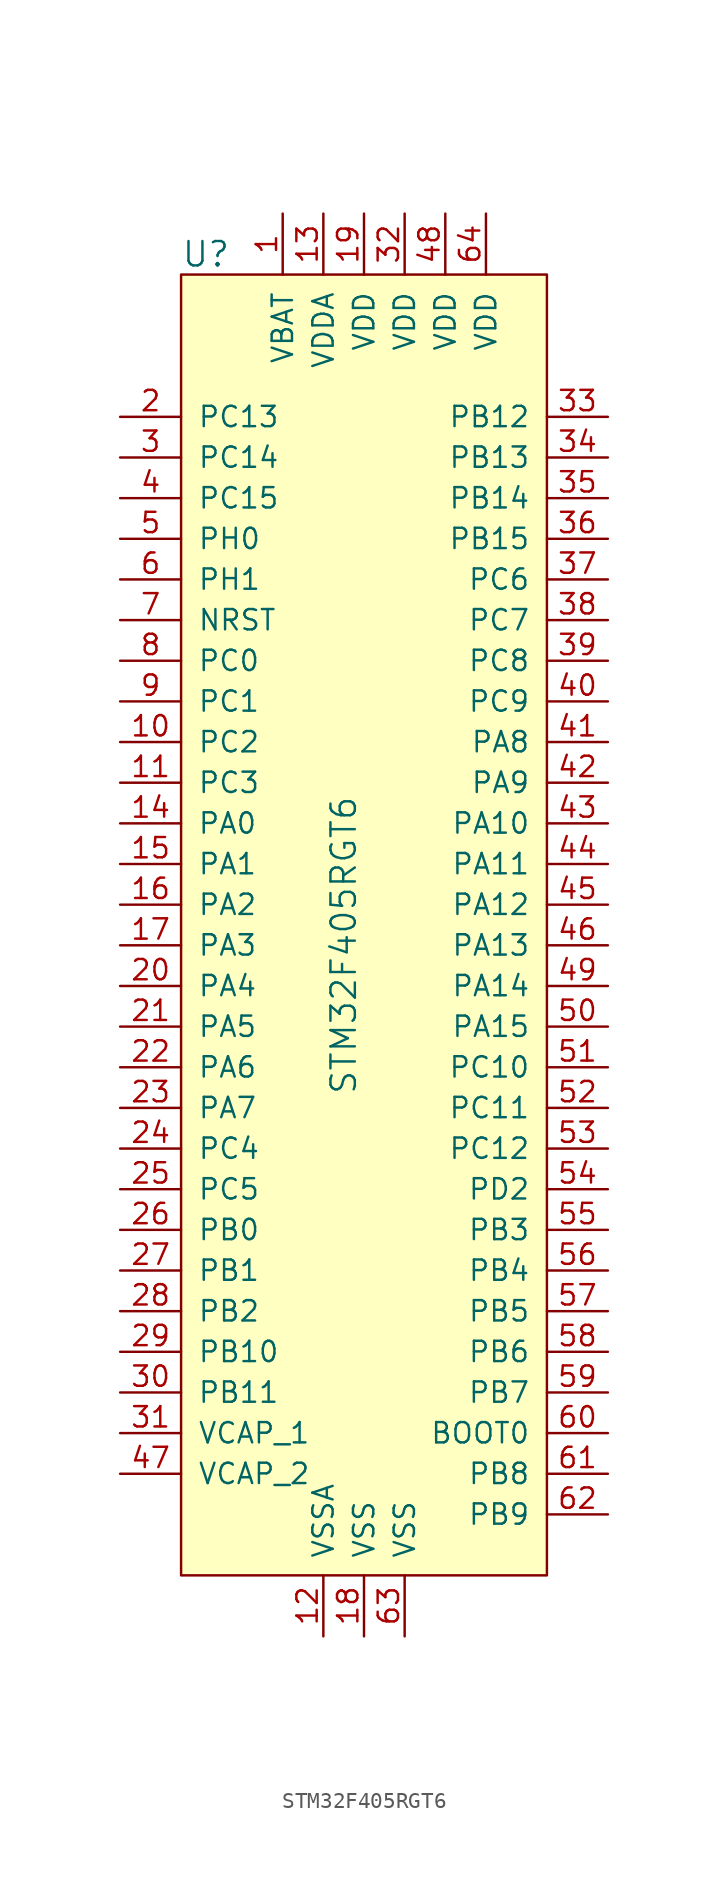
<source format=kicad_sym>
(kicad_symbol_lib
  (version 20201005)
  (generator kicad_symbol_editor)
  (symbol "STM32F405RGT6"
    (pin_names
      (offset 1.016))
    (property "Reference" "U"
      (at -11.43 45.72 0)
      (effects (font (size 1.524 1.524)) (justify left)))
    (property "Value" "STM32F405RGT6"
      (at -1.27 2.54 90)
      (effects (font (size 1.524 1.524))))
    (symbol "STM32F405RGT6_0_1"
      (rectangle (start -11.43 44.45) (end 11.43 -36.83) (stroke (width 0)) (fill (type background))))
    (symbol "STM32F405RGT6_1_1"
      (pin power_in line (at -5.08 48.26 270) (length 3.81) (name "VBAT" (effects (font (size 1.27 1.27)))) (number "1" (effects (font (size 1.27 1.27)))))
      (pin bidirectional line (at -15.24 35.56 0) (length 3.81) (name "PC13" (effects (font (size 1.27 1.27)))) (number "2" (effects (font (size 1.27 1.27)))))
      (pin bidirectional line (at -15.24 33.02 0) (length 3.81) (name "PC14" (effects (font (size 1.27 1.27)))) (number "3" (effects (font (size 1.27 1.27)))))
      (pin bidirectional line (at -15.24 30.48 0) (length 3.81) (name "PC15" (effects (font (size 1.27 1.27)))) (number "4" (effects (font (size 1.27 1.27)))))
      (pin bidirectional line (at -15.24 27.94 0) (length 3.81) (name "PH0" (effects (font (size 1.27 1.27)))) (number "5" (effects (font (size 1.27 1.27)))))
      (pin bidirectional line (at -15.24 25.4 0) (length 3.81) (name "PH1" (effects (font (size 1.27 1.27)))) (number "6" (effects (font (size 1.27 1.27)))))
      (pin bidirectional line (at -15.24 22.86 0) (length 3.81) (name "NRST" (effects (font (size 1.27 1.27)))) (number "7" (effects (font (size 1.27 1.27)))))
      (pin bidirectional line (at -15.24 20.32 0) (length 3.81) (name "PC0" (effects (font (size 1.27 1.27)))) (number "8" (effects (font (size 1.27 1.27)))))
      (pin bidirectional line (at -15.24 17.78 0) (length 3.81) (name "PC1" (effects (font (size 1.27 1.27)))) (number "9" (effects (font (size 1.27 1.27)))))
      (pin bidirectional line (at -15.24 15.24 0) (length 3.81) (name "PC2" (effects (font (size 1.27 1.27)))) (number "10" (effects (font (size 1.27 1.27)))))
      (pin bidirectional line (at -15.24 0 0) (length 3.81) (name "PA4" (effects (font (size 1.27 1.27)))) (number "20" (effects (font (size 1.27 1.27)))))
      (pin bidirectional line (at -15.24 -25.4 0) (length 3.81) (name "PB11" (effects (font (size 1.27 1.27)))) (number "30" (effects (font (size 1.27 1.27)))))
      (pin bidirectional line (at 15.24 17.78 180) (length 3.81) (name "PC9" (effects (font (size 1.27 1.27)))) (number "40" (effects (font (size 1.27 1.27)))))
      (pin bidirectional line (at 15.24 -2.54 180) (length 3.81) (name "PA15" (effects (font (size 1.27 1.27)))) (number "50" (effects (font (size 1.27 1.27)))))
      (pin bidirectional line (at 15.24 -27.94 180) (length 3.81) (name "BOOT0" (effects (font (size 1.27 1.27)))) (number "60" (effects (font (size 1.27 1.27)))))
      (pin bidirectional line (at -15.24 12.7 0) (length 3.81) (name "PC3" (effects (font (size 1.27 1.27)))) (number "11" (effects (font (size 1.27 1.27)))))
      (pin bidirectional line (at -15.24 -2.54 0) (length 3.81) (name "PA5" (effects (font (size 1.27 1.27)))) (number "21" (effects (font (size 1.27 1.27)))))
      (pin passive line (at -15.24 -27.94 0) (length 3.81) (name "VCAP_1" (effects (font (size 1.27 1.27)))) (number "31" (effects (font (size 1.27 1.27)))))
      (pin bidirectional line (at 15.24 15.24 180) (length 3.81) (name "PA8" (effects (font (size 1.27 1.27)))) (number "41" (effects (font (size 1.27 1.27)))))
      (pin bidirectional line (at 15.24 -5.08 180) (length 3.81) (name "PC10" (effects (font (size 1.27 1.27)))) (number "51" (effects (font (size 1.27 1.27)))))
      (pin bidirectional line (at 15.24 -30.48 180) (length 3.81) (name "PB8" (effects (font (size 1.27 1.27)))) (number "61" (effects (font (size 1.27 1.27)))))
      (pin power_in line (at -2.54 -40.64 90) (length 3.81) (name "VSSA" (effects (font (size 1.27 1.27)))) (number "12" (effects (font (size 1.27 1.27)))))
      (pin bidirectional line (at -15.24 -5.08 0) (length 3.81) (name "PA6" (effects (font (size 1.27 1.27)))) (number "22" (effects (font (size 1.27 1.27)))))
      (pin power_in line (at 2.54 48.26 270) (length 3.81) (name "VDD" (effects (font (size 1.27 1.27)))) (number "32" (effects (font (size 1.27 1.27)))))
      (pin bidirectional line (at 15.24 12.7 180) (length 3.81) (name "PA9" (effects (font (size 1.27 1.27)))) (number "42" (effects (font (size 1.27 1.27)))))
      (pin bidirectional line (at 15.24 -7.62 180) (length 3.81) (name "PC11" (effects (font (size 1.27 1.27)))) (number "52" (effects (font (size 1.27 1.27)))))
      (pin bidirectional line (at 15.24 -33.02 180) (length 3.81) (name "PB9" (effects (font (size 1.27 1.27)))) (number "62" (effects (font (size 1.27 1.27)))))
      (pin power_in line (at -2.54 48.26 270) (length 3.81) (name "VDDA" (effects (font (size 1.27 1.27)))) (number "13" (effects (font (size 1.27 1.27)))))
      (pin bidirectional line (at -15.24 -7.62 0) (length 3.81) (name "PA7" (effects (font (size 1.27 1.27)))) (number "23" (effects (font (size 1.27 1.27)))))
      (pin bidirectional line (at 15.24 35.56 180) (length 3.81) (name "PB12" (effects (font (size 1.27 1.27)))) (number "33" (effects (font (size 1.27 1.27)))))
      (pin bidirectional line (at 15.24 10.16 180) (length 3.81) (name "PA10" (effects (font (size 1.27 1.27)))) (number "43" (effects (font (size 1.27 1.27)))))
      (pin bidirectional line (at 15.24 -10.16 180) (length 3.81) (name "PC12" (effects (font (size 1.27 1.27)))) (number "53" (effects (font (size 1.27 1.27)))))
      (pin power_in line (at 2.54 -40.64 90) (length 3.81) (name "VSS" (effects (font (size 1.27 1.27)))) (number "63" (effects (font (size 1.27 1.27)))))
      (pin bidirectional line (at -15.24 10.16 0) (length 3.81) (name "PA0" (effects (font (size 1.27 1.27)))) (number "14" (effects (font (size 1.27 1.27)))))
      (pin bidirectional line (at -15.24 -10.16 0) (length 3.81) (name "PC4" (effects (font (size 1.27 1.27)))) (number "24" (effects (font (size 1.27 1.27)))))
      (pin bidirectional line (at 15.24 33.02 180) (length 3.81) (name "PB13" (effects (font (size 1.27 1.27)))) (number "34" (effects (font (size 1.27 1.27)))))
      (pin bidirectional line (at 15.24 7.62 180) (length 3.81) (name "PA11" (effects (font (size 1.27 1.27)))) (number "44" (effects (font (size 1.27 1.27)))))
      (pin bidirectional line (at 15.24 -12.7 180) (length 3.81) (name "PD2" (effects (font (size 1.27 1.27)))) (number "54" (effects (font (size 1.27 1.27)))))
      (pin power_in line (at 7.62 48.26 270) (length 3.81) (name "VDD" (effects (font (size 1.27 1.27)))) (number "64" (effects (font (size 1.27 1.27)))))
      (pin bidirectional line (at -15.24 7.62 0) (length 3.81) (name "PA1" (effects (font (size 1.27 1.27)))) (number "15" (effects (font (size 1.27 1.27)))))
      (pin bidirectional line (at -15.24 -12.7 0) (length 3.81) (name "PC5" (effects (font (size 1.27 1.27)))) (number "25" (effects (font (size 1.27 1.27)))))
      (pin bidirectional line (at 15.24 30.48 180) (length 3.81) (name "PB14" (effects (font (size 1.27 1.27)))) (number "35" (effects (font (size 1.27 1.27)))))
      (pin bidirectional line (at 15.24 5.08 180) (length 3.81) (name "PA12" (effects (font (size 1.27 1.27)))) (number "45" (effects (font (size 1.27 1.27)))))
      (pin bidirectional line (at 15.24 -15.24 180) (length 3.81) (name "PB3" (effects (font (size 1.27 1.27)))) (number "55" (effects (font (size 1.27 1.27)))))
      (pin bidirectional line (at -15.24 5.08 0) (length 3.81) (name "PA2" (effects (font (size 1.27 1.27)))) (number "16" (effects (font (size 1.27 1.27)))))
      (pin bidirectional line (at -15.24 -15.24 0) (length 3.81) (name "PB0" (effects (font (size 1.27 1.27)))) (number "26" (effects (font (size 1.27 1.27)))))
      (pin bidirectional line (at 15.24 27.94 180) (length 3.81) (name "PB15" (effects (font (size 1.27 1.27)))) (number "36" (effects (font (size 1.27 1.27)))))
      (pin bidirectional line (at 15.24 2.54 180) (length 3.81) (name "PA13" (effects (font (size 1.27 1.27)))) (number "46" (effects (font (size 1.27 1.27)))))
      (pin bidirectional line (at 15.24 -17.78 180) (length 3.81) (name "PB4" (effects (font (size 1.27 1.27)))) (number "56" (effects (font (size 1.27 1.27)))))
      (pin bidirectional line (at -15.24 2.54 0) (length 3.81) (name "PA3" (effects (font (size 1.27 1.27)))) (number "17" (effects (font (size 1.27 1.27)))))
      (pin bidirectional line (at -15.24 -17.78 0) (length 3.81) (name "PB1" (effects (font (size 1.27 1.27)))) (number "27" (effects (font (size 1.27 1.27)))))
      (pin bidirectional line (at 15.24 25.4 180) (length 3.81) (name "PC6" (effects (font (size 1.27 1.27)))) (number "37" (effects (font (size 1.27 1.27)))))
      (pin passive line (at -15.24 -30.48 0) (length 3.81) (name "VCAP_2" (effects (font (size 1.27 1.27)))) (number "47" (effects (font (size 1.27 1.27)))))
      (pin bidirectional line (at 15.24 -20.32 180) (length 3.81) (name "PB5" (effects (font (size 1.27 1.27)))) (number "57" (effects (font (size 1.27 1.27)))))
      (pin power_in line (at 0 -40.64 90) (length 3.81) (name "VSS" (effects (font (size 1.27 1.27)))) (number "18" (effects (font (size 1.27 1.27)))))
      (pin bidirectional line (at -15.24 -20.32 0) (length 3.81) (name "PB2" (effects (font (size 1.27 1.27)))) (number "28" (effects (font (size 1.27 1.27)))))
      (pin bidirectional line (at 15.24 22.86 180) (length 3.81) (name "PC7" (effects (font (size 1.27 1.27)))) (number "38" (effects (font (size 1.27 1.27)))))
      (pin power_in line (at 5.08 48.26 270) (length 3.81) (name "VDD" (effects (font (size 1.27 1.27)))) (number "48" (effects (font (size 1.27 1.27)))))
      (pin bidirectional line (at 15.24 -22.86 180) (length 3.81) (name "PB6" (effects (font (size 1.27 1.27)))) (number "58" (effects (font (size 1.27 1.27)))))
      (pin power_in line (at 0 48.26 270) (length 3.81) (name "VDD" (effects (font (size 1.27 1.27)))) (number "19" (effects (font (size 1.27 1.27)))))
      (pin bidirectional line (at -15.24 -22.86 0) (length 3.81) (name "PB10" (effects (font (size 1.27 1.27)))) (number "29" (effects (font (size 1.27 1.27)))))
      (pin bidirectional line (at 15.24 20.32 180) (length 3.81) (name "PC8" (effects (font (size 1.27 1.27)))) (number "39" (effects (font (size 1.27 1.27)))))
      (pin bidirectional line (at 15.24 0 180) (length 3.81) (name "PA14" (effects (font (size 1.27 1.27)))) (number "49" (effects (font (size 1.27 1.27)))))
      (pin bidirectional line (at 15.24 -25.4 180) (length 3.81) (name "PB7" (effects (font (size 1.27 1.27)))) (number "59" (effects (font (size 1.27 1.27))))))))
</source>
